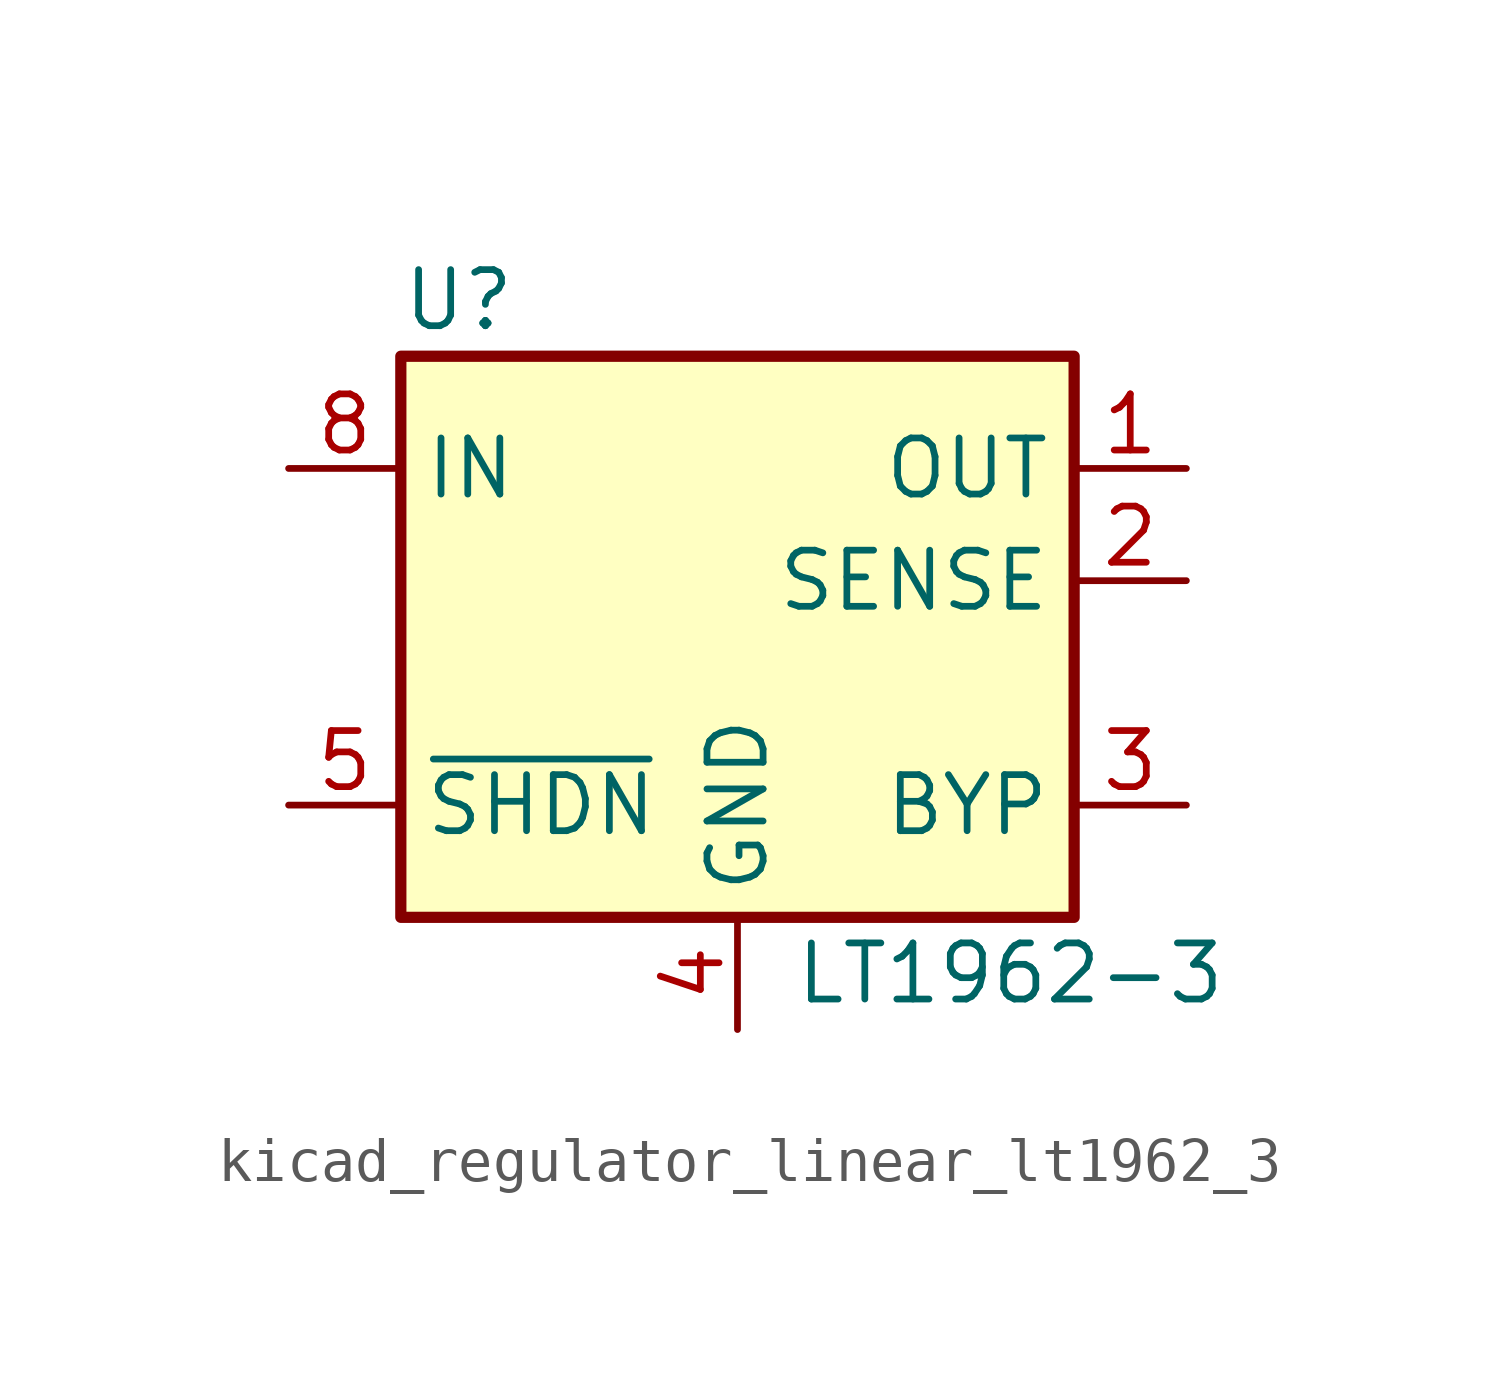
<source format=kicad_sym>
(kicad_symbol_lib
  (version 20220914)
  (generator kicad_symbol_editor)
  (symbol "kicad_regulator_linear_lt1962_3"
    (property "Reference" "U"
      (at -7.62 8.89 0)
      (effects (font (size 1.27 1.27)) (justify left)))
    (property "Value" "LT1962-3"
      (at 1.27 -6.35 0)
      (effects (font (size 1.27 1.27)) (justify left)))
    (symbol "kicad_regulator_linear_lt1962_3_0_1"
      (rectangle (start -7.62 7.62) (end 7.62 -5.08) (stroke (width 0.254) (type default)) (fill (type background))))
    (symbol "kicad_regulator_linear_lt1962_3_1_1"
      (pin power_out line (at 10.16 5.08 180) (length 2.54) (name "OUT" (effects (font (size 1.27 1.27)))) (number "1" (effects (font (size 1.27 1.27)))))
      (pin input line (at 10.16 2.54 180) (length 2.54) (name "SENSE" (effects (font (size 1.27 1.27)))) (number "2" (effects (font (size 1.27 1.27)))))
      (pin passive line (at 10.16 -2.54 180) (length 2.54) (name "BYP" (effects (font (size 1.27 1.27)))) (number "3" (effects (font (size 1.27 1.27)))))
      (pin power_in line (at 0 -7.62 90) (length 2.54) (name "GND" (effects (font (size 1.27 1.27)))) (number "4" (effects (font (size 1.27 1.27)))))
      (pin input line (at -10.16 -2.54 0) (length 2.54) (name "~{SHDN}" (effects (font (size 1.27 1.27)))) (number "5" (effects (font (size 1.27 1.27)))))
      (pin no_connect line (at 2.54 5.08 90) (length 2.54) hide (name "NC" (effects (font (size 1.27 1.27)))) (number "6" (effects (font (size 1.27 1.27)))))
      (pin no_connect line (at 2.54 2.54 90) (length 2.54) hide (name "NC" (effects (font (size 1.27 1.27)))) (number "7" (effects (font (size 1.27 1.27)))))
      (pin power_in line (at -10.16 5.08 0) (length 2.54) (name "IN" (effects (font (size 1.27 1.27)))) (number "8" (effects (font (size 1.27 1.27))))))))
</source>
